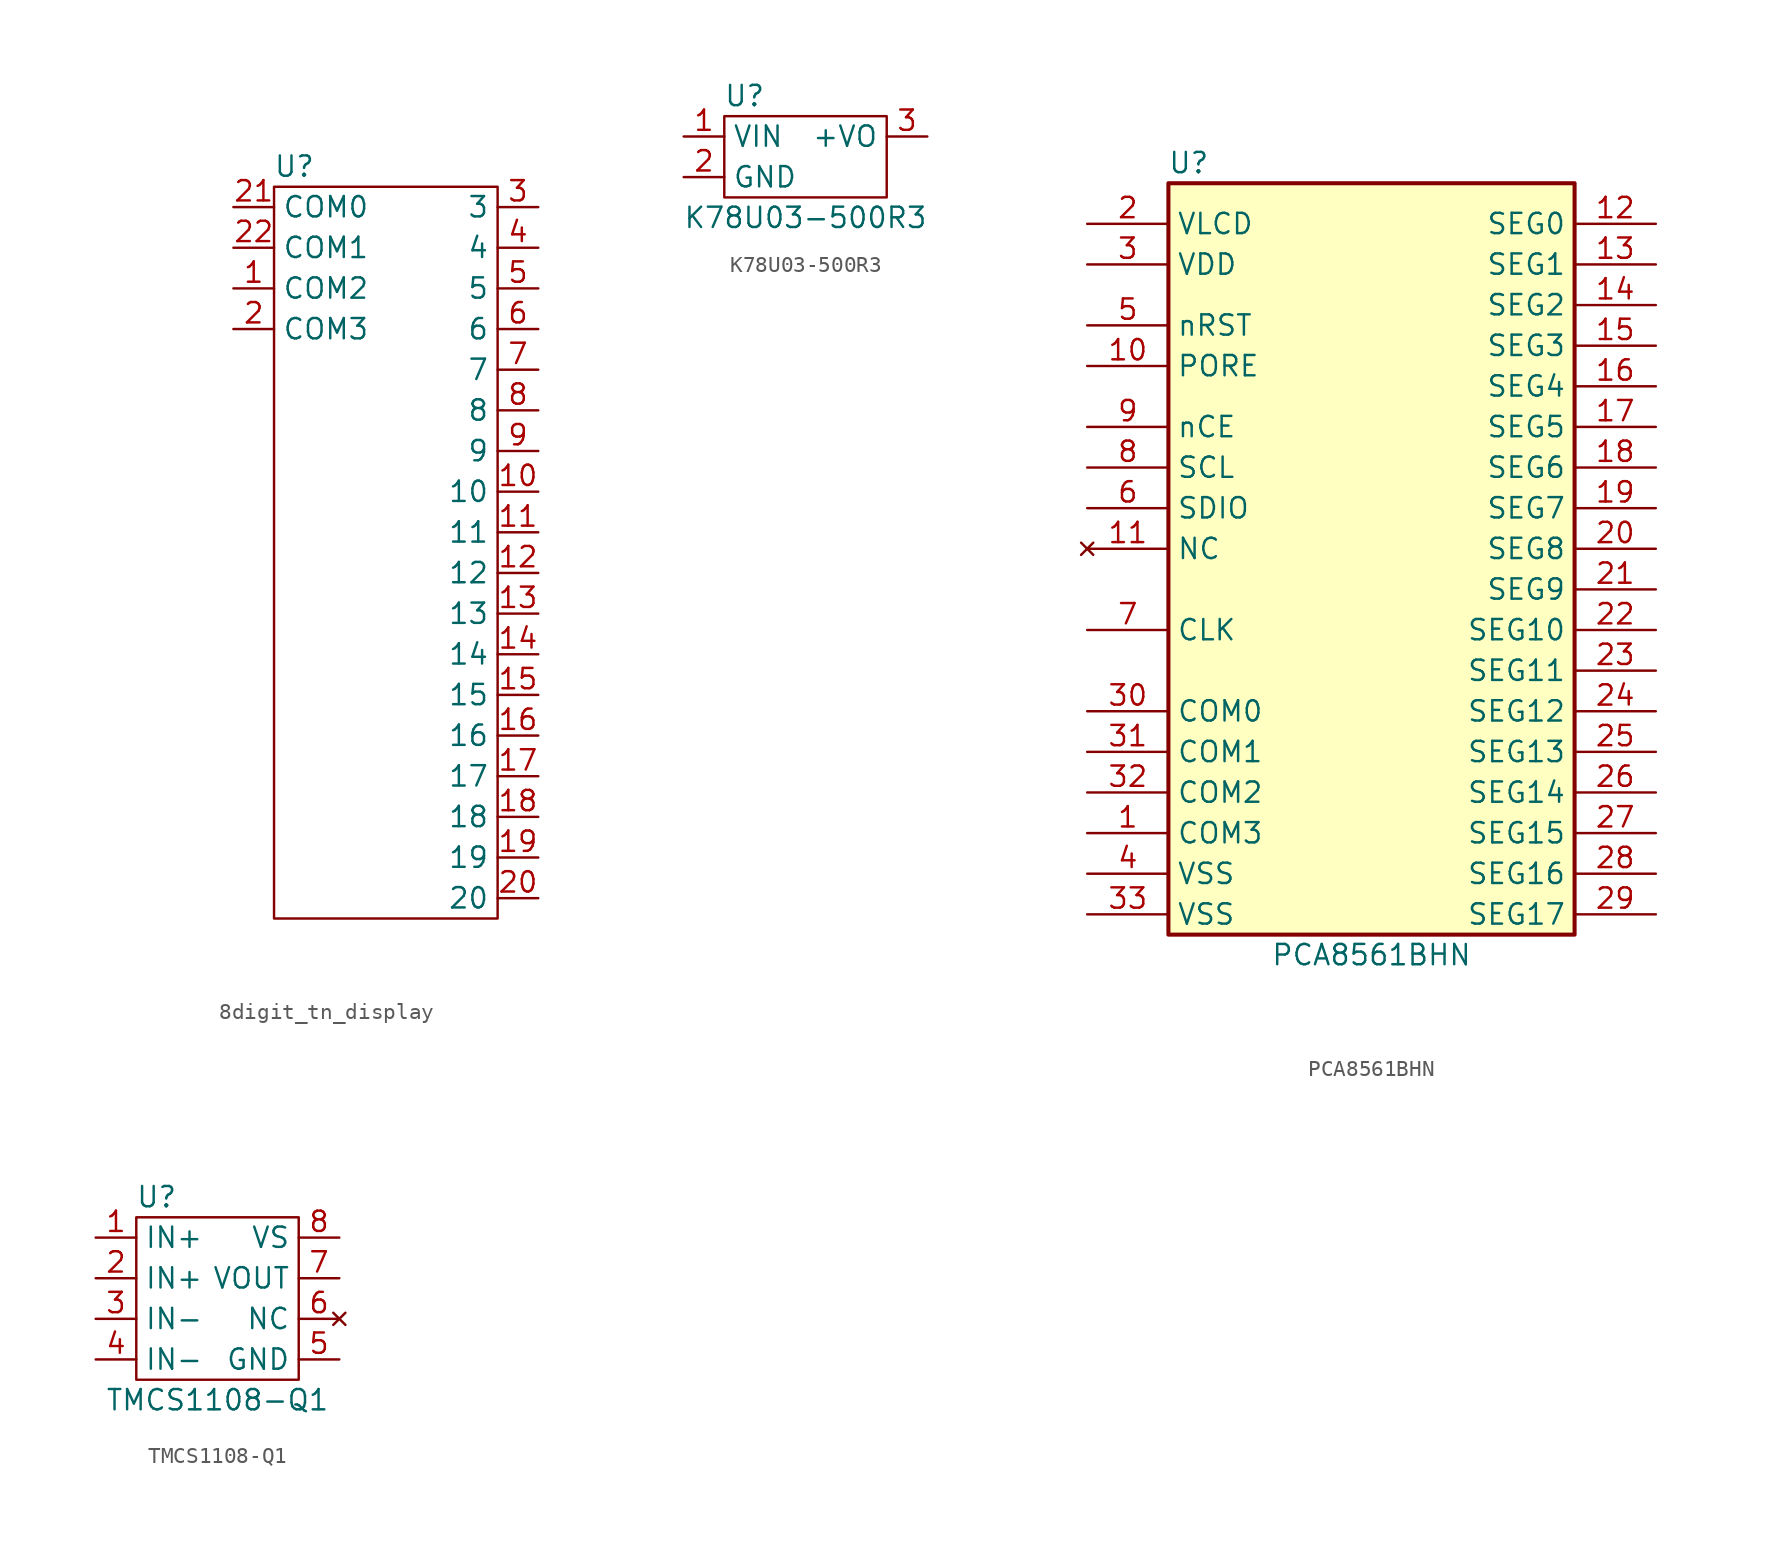
<source format=kicad_sym>
(kicad_symbol_lib
  (version 20220914)
  (generator kicad_symbol_editor)
  (symbol "8digit_tn_display"
    (property "Reference" "U"
      (at -5.08 22.86 0)
      (effects (font (size 1.27 1.27))))
    (property "Value" ""
      (at -16.51 24.13 0)
      (effects (font (size 1.27 1.27))))
    (symbol "8digit_tn_display_0_1"
      (rectangle (start -6.35 21.59) (end 7.62 -24.13) (stroke (width 0) (type default)) (fill (type none))))
    (symbol "8digit_tn_display_1_1"
      (pin input line (at -8.89 15.24 0) (length 2.54) (name "COM2" (effects (font (size 1.27 1.27)))) (number "1" (effects (font (size 1.27 1.27)))))
      (pin input line (at 10.16 2.54 180) (length 2.54) (name "10" (effects (font (size 1.27 1.27)))) (number "10" (effects (font (size 1.27 1.27)))))
      (pin input line (at 10.16 0 180) (length 2.54) (name "11" (effects (font (size 1.27 1.27)))) (number "11" (effects (font (size 1.27 1.27)))))
      (pin input line (at 10.16 -2.54 180) (length 2.54) (name "12" (effects (font (size 1.27 1.27)))) (number "12" (effects (font (size 1.27 1.27)))))
      (pin input line (at 10.16 -5.08 180) (length 2.54) (name "13" (effects (font (size 1.27 1.27)))) (number "13" (effects (font (size 1.27 1.27)))))
      (pin input line (at 10.16 -7.62 180) (length 2.54) (name "14" (effects (font (size 1.27 1.27)))) (number "14" (effects (font (size 1.27 1.27)))))
      (pin input line (at 10.16 -10.16 180) (length 2.54) (name "15" (effects (font (size 1.27 1.27)))) (number "15" (effects (font (size 1.27 1.27)))))
      (pin input line (at 10.16 -12.7 180) (length 2.54) (name "16" (effects (font (size 1.27 1.27)))) (number "16" (effects (font (size 1.27 1.27)))))
      (pin input line (at 10.16 -15.24 180) (length 2.54) (name "17" (effects (font (size 1.27 1.27)))) (number "17" (effects (font (size 1.27 1.27)))))
      (pin input line (at 10.16 -17.78 180) (length 2.54) (name "18" (effects (font (size 1.27 1.27)))) (number "18" (effects (font (size 1.27 1.27)))))
      (pin input line (at 10.16 -20.32 180) (length 2.54) (name "19" (effects (font (size 1.27 1.27)))) (number "19" (effects (font (size 1.27 1.27)))))
      (pin input line (at -8.89 12.7 0) (length 2.54) (name "COM3" (effects (font (size 1.27 1.27)))) (number "2" (effects (font (size 1.27 1.27)))))
      (pin input line (at 10.16 -22.86 180) (length 2.54) (name "20" (effects (font (size 1.27 1.27)))) (number "20" (effects (font (size 1.27 1.27)))))
      (pin input line (at -8.89 20.32 0) (length 2.54) (name "COM0" (effects (font (size 1.27 1.27)))) (number "21" (effects (font (size 1.27 1.27)))))
      (pin input line (at -8.89 17.78 0) (length 2.54) (name "COM1" (effects (font (size 1.27 1.27)))) (number "22" (effects (font (size 1.27 1.27)))))
      (pin input line (at 10.16 20.32 180) (length 2.54) (name "3" (effects (font (size 1.27 1.27)))) (number "3" (effects (font (size 1.27 1.27)))))
      (pin input line (at 10.16 17.78 180) (length 2.54) (name "4" (effects (font (size 1.27 1.27)))) (number "4" (effects (font (size 1.27 1.27)))))
      (pin input line (at 10.16 15.24 180) (length 2.54) (name "5" (effects (font (size 1.27 1.27)))) (number "5" (effects (font (size 1.27 1.27)))))
      (pin input line (at 10.16 12.7 180) (length 2.54) (name "6" (effects (font (size 1.27 1.27)))) (number "6" (effects (font (size 1.27 1.27)))))
      (pin input line (at 10.16 10.16 180) (length 2.54) (name "7" (effects (font (size 1.27 1.27)))) (number "7" (effects (font (size 1.27 1.27)))))
      (pin input line (at 10.16 7.62 180) (length 2.54) (name "8" (effects (font (size 1.27 1.27)))) (number "8" (effects (font (size 1.27 1.27)))))
      (pin input line (at 10.16 5.08 180) (length 2.54) (name "9" (effects (font (size 1.27 1.27)))) (number "9" (effects (font (size 1.27 1.27)))))))
  (symbol "K78U03-500R3"
    (property "Reference" "U"
      (at -3.81 3.81 0)
      (effects (font (size 1.27 1.27))))
    (property "Value" "K78U03-500R3"
      (at 0 -3.81 0)
      (effects (font (size 1.27 1.27))))
    (symbol "K78U03-500R3_0_1"
      (rectangle (start -5.08 2.54) (end 5.08 -2.54) (stroke (width 0) (type default)) (fill (type none))))
    (symbol "K78U03-500R3_1_1"
      (pin power_in line (at -7.62 1.27 0) (length 2.54) (name "VIN" (effects (font (size 1.27 1.27)))) (number "1" (effects (font (size 1.27 1.27)))))
      (pin power_in line (at -7.62 -1.27 0) (length 2.54) (name "GND" (effects (font (size 1.27 1.27)))) (number "2" (effects (font (size 1.27 1.27)))))
      (pin power_out line (at 7.62 1.27 180) (length 2.54) (name "+VO" (effects (font (size 1.27 1.27)))) (number "3" (effects (font (size 1.27 1.27)))))))
  (symbol "PCA8561BHN"
    (property "Reference" "U"
      (at -11.43 24.13 0)
      (effects (font (size 1.27 1.27))))
    (property "Value" "PCA8561BHN"
      (at 0 -25.4 0)
      (effects (font (size 1.27 1.27))))
    (symbol "PCA8561BHN_0_1"
      (rectangle (start -12.7 22.86) (end 12.7 -24.13) (stroke (width 0.254) (type default)) (fill (type background))))
    (symbol "PCA8561BHN_1_1"
      (pin output line (at -17.78 -17.78 0) (length 5.08) (name "COM3" (effects (font (size 1.27 1.27)))) (number "1" (effects (font (size 1.27 1.27)))))
      (pin input line (at -17.78 11.43 0) (length 5.08) (name "PORE" (effects (font (size 1.27 1.27)))) (number "10" (effects (font (size 1.27 1.27)))))
      (pin no_connect line (at -17.78 0 0) (length 5.08) (name "NC" (effects (font (size 1.27 1.27)))) (number "11" (effects (font (size 1.27 1.27)))))
      (pin output line (at 17.78 20.32 180) (length 5.08) (name "SEG0" (effects (font (size 1.27 1.27)))) (number "12" (effects (font (size 1.27 1.27)))))
      (pin output line (at 17.78 17.78 180) (length 5.08) (name "SEG1" (effects (font (size 1.27 1.27)))) (number "13" (effects (font (size 1.27 1.27)))))
      (pin output line (at 17.78 15.24 180) (length 5.08) (name "SEG2" (effects (font (size 1.27 1.27)))) (number "14" (effects (font (size 1.27 1.27)))))
      (pin output line (at 17.78 12.7 180) (length 5.08) (name "SEG3" (effects (font (size 1.27 1.27)))) (number "15" (effects (font (size 1.27 1.27)))))
      (pin output line (at 17.78 10.16 180) (length 5.08) (name "SEG4" (effects (font (size 1.27 1.27)))) (number "16" (effects (font (size 1.27 1.27)))))
      (pin output line (at 17.78 7.62 180) (length 5.08) (name "SEG5" (effects (font (size 1.27 1.27)))) (number "17" (effects (font (size 1.27 1.27)))))
      (pin output line (at 17.78 5.08 180) (length 5.08) (name "SEG6" (effects (font (size 1.27 1.27)))) (number "18" (effects (font (size 1.27 1.27)))))
      (pin output line (at 17.78 2.54 180) (length 5.08) (name "SEG7" (effects (font (size 1.27 1.27)))) (number "19" (effects (font (size 1.27 1.27)))))
      (pin power_in line (at -17.78 20.32 0) (length 5.08) (name "VLCD" (effects (font (size 1.27 1.27)))) (number "2" (effects (font (size 1.27 1.27)))))
      (pin output line (at 17.78 0 180) (length 5.08) (name "SEG8" (effects (font (size 1.27 1.27)))) (number "20" (effects (font (size 1.27 1.27)))))
      (pin output line (at 17.78 -2.54 180) (length 5.08) (name "SEG9" (effects (font (size 1.27 1.27)))) (number "21" (effects (font (size 1.27 1.27)))))
      (pin output line (at 17.78 -5.08 180) (length 5.08) (name "SEG10" (effects (font (size 1.27 1.27)))) (number "22" (effects (font (size 1.27 1.27)))))
      (pin output line (at 17.78 -7.62 180) (length 5.08) (name "SEG11" (effects (font (size 1.27 1.27)))) (number "23" (effects (font (size 1.27 1.27)))))
      (pin output line (at 17.78 -10.16 180) (length 5.08) (name "SEG12" (effects (font (size 1.27 1.27)))) (number "24" (effects (font (size 1.27 1.27)))))
      (pin output line (at 17.78 -12.7 180) (length 5.08) (name "SEG13" (effects (font (size 1.27 1.27)))) (number "25" (effects (font (size 1.27 1.27)))))
      (pin output line (at 17.78 -15.24 180) (length 5.08) (name "SEG14" (effects (font (size 1.27 1.27)))) (number "26" (effects (font (size 1.27 1.27)))))
      (pin output line (at 17.78 -17.78 180) (length 5.08) (name "SEG15" (effects (font (size 1.27 1.27)))) (number "27" (effects (font (size 1.27 1.27)))))
      (pin output line (at 17.78 -20.32 180) (length 5.08) (name "SEG16" (effects (font (size 1.27 1.27)))) (number "28" (effects (font (size 1.27 1.27)))))
      (pin output line (at 17.78 -22.86 180) (length 5.08) (name "SEG17" (effects (font (size 1.27 1.27)))) (number "29" (effects (font (size 1.27 1.27)))))
      (pin power_in line (at -17.78 17.78 0) (length 5.08) (name "VDD" (effects (font (size 1.27 1.27)))) (number "3" (effects (font (size 1.27 1.27)))))
      (pin output line (at -17.78 -10.16 0) (length 5.08) (name "COM0" (effects (font (size 1.27 1.27)))) (number "30" (effects (font (size 1.27 1.27)))))
      (pin output line (at -17.78 -12.7 0) (length 5.08) (name "COM1" (effects (font (size 1.27 1.27)))) (number "31" (effects (font (size 1.27 1.27)))))
      (pin output line (at -17.78 -15.24 0) (length 5.08) (name "COM2" (effects (font (size 1.27 1.27)))) (number "32" (effects (font (size 1.27 1.27)))))
      (pin power_in line (at -17.78 -22.86 0) (length 5.08) (name "VSS" (effects (font (size 1.27 1.27)))) (number "33" (effects (font (size 1.27 1.27)))))
      (pin power_in line (at -17.78 -20.32 0) (length 5.08) (name "VSS" (effects (font (size 1.27 1.27)))) (number "4" (effects (font (size 1.27 1.27)))))
      (pin input line (at -17.78 13.97 0) (length 5.08) (name "nRST" (effects (font (size 1.27 1.27)))) (number "5" (effects (font (size 1.27 1.27)))))
      (pin bidirectional line (at -17.78 2.54 0) (length 5.08) (name "SDIO" (effects (font (size 1.27 1.27)))) (number "6" (effects (font (size 1.27 1.27)))))
      (pin output line (at -17.78 -5.08 0) (length 5.08) (name "CLK" (effects (font (size 1.27 1.27)))) (number "7" (effects (font (size 1.27 1.27)))))
      (pin input line (at -17.78 5.08 0) (length 5.08) (name "SCL" (effects (font (size 1.27 1.27)))) (number "8" (effects (font (size 1.27 1.27)))))
      (pin input line (at -17.78 7.62 0) (length 5.08) (name "nCE" (effects (font (size 1.27 1.27)))) (number "9" (effects (font (size 1.27 1.27)))))))
  (symbol "TMCS1108-Q1"
    (property "Reference" "U"
      (at -3.81 6.35 0)
      (effects (font (size 1.27 1.27))))
    (property "Value" "TMCS1108-Q1"
      (at 0 -6.35 0)
      (effects (font (size 1.27 1.27))))
    (symbol "TMCS1108-Q1_0_1"
      (rectangle (start -5.08 5.08) (end 5.08 -5.08) (stroke (width 0) (type default)) (fill (type none))))
    (symbol "TMCS1108-Q1_1_1"
      (pin passive line (at -7.62 3.81 0) (length 2.54) (name "IN+" (effects (font (size 1.27 1.27)))) (number "1" (effects (font (size 1.27 1.27)))))
      (pin passive line (at -7.62 1.27 0) (length 2.54) (name "IN+" (effects (font (size 1.27 1.27)))) (number "2" (effects (font (size 1.27 1.27)))))
      (pin passive line (at -7.62 -1.27 0) (length 2.54) (name "IN-" (effects (font (size 1.27 1.27)))) (number "3" (effects (font (size 1.27 1.27)))))
      (pin passive line (at -7.62 -3.81 0) (length 2.54) (name "IN-" (effects (font (size 1.27 1.27)))) (number "4" (effects (font (size 1.27 1.27)))))
      (pin power_in line (at 7.62 -3.81 180) (length 2.54) (name "GND" (effects (font (size 1.27 1.27)))) (number "5" (effects (font (size 1.27 1.27)))))
      (pin no_connect line (at 7.62 -1.27 180) (length 2.54) (name "NC" (effects (font (size 1.27 1.27)))) (number "6" (effects (font (size 1.27 1.27)))))
      (pin output line (at 7.62 1.27 180) (length 2.54) (name "VOUT" (effects (font (size 1.27 1.27)))) (number "7" (effects (font (size 1.27 1.27)))))
      (pin power_in line (at 7.62 3.81 180) (length 2.54) (name "VS" (effects (font (size 1.27 1.27)))) (number "8" (effects (font (size 1.27 1.27))))))))
</source>
